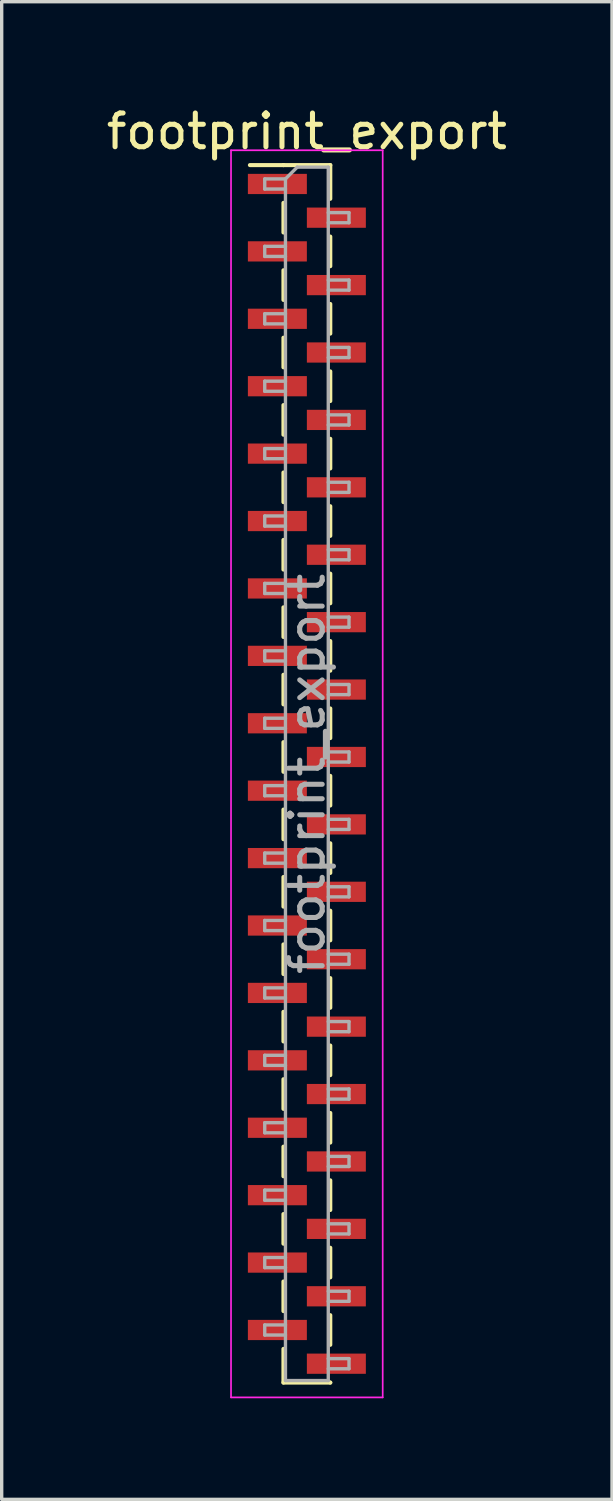
<source format=kicad_pcb>
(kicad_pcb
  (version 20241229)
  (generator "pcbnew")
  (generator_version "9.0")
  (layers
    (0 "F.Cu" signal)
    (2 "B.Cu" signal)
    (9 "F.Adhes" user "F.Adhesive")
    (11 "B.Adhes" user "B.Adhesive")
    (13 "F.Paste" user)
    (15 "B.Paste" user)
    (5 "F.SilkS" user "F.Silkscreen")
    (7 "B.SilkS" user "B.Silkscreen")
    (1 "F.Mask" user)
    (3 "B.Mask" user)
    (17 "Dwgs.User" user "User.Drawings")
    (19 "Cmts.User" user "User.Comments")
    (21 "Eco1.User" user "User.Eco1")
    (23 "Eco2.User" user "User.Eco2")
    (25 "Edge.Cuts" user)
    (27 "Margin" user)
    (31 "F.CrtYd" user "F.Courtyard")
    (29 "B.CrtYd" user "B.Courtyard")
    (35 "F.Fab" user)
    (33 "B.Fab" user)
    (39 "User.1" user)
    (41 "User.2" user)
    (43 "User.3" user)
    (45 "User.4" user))
  (footprint "footprint_export"
    (layer "F.Cu")
    (at 6.054 19.908)
    (property "Reference" "footprint_export" (at 0 -19.06 0) (layer "F.SilkS") (effects (font (size 1 1) (thickness 0.15))))
    (attr smd)
    (fp_line (start -0.695 -18.06) (end -1.69 -18.06) (stroke (width 0.12) (type solid)) (layer "F.SilkS"))
    (fp_line (start -0.695 -18.06) (end -0.695 -18.06) (stroke (width 0.12) (type solid)) (layer "F.SilkS"))
    (fp_line (start -0.695 -18.06) (end 0.695 -18.06) (stroke (width 0.12) (type solid)) (layer "F.SilkS"))
    (fp_line (start -0.695 -16.94) (end -0.695 -16.06) (stroke (width 0.12) (type solid)) (layer "F.SilkS"))
    (fp_line (start -0.695 -14.94) (end -0.695 -14.06) (stroke (width 0.12) (type solid)) (layer "F.SilkS"))
    (fp_line (start -0.695 -12.94) (end -0.695 -12.06) (stroke (width 0.12) (type solid)) (layer "F.SilkS"))
    (fp_line (start -0.695 -10.94) (end -0.695 -10.06) (stroke (width 0.12) (type solid)) (layer "F.SilkS"))
    (fp_line (start -0.695 -8.94) (end -0.695 -8.06) (stroke (width 0.12) (type solid)) (layer "F.SilkS"))
    (fp_line (start -0.695 -6.94) (end -0.695 -6.06) (stroke (width 0.12) (type solid)) (layer "F.SilkS"))
    (fp_line (start -0.695 -4.94) (end -0.695 -4.06) (stroke (width 0.12) (type solid)) (layer "F.SilkS"))
    (fp_line (start -0.695 -2.94) (end -0.695 -2.06) (stroke (width 0.12) (type solid)) (layer "F.SilkS"))
    (fp_line (start -0.695 -0.94) (end -0.695 -0.06) (stroke (width 0.12) (type solid)) (layer "F.SilkS"))
    (fp_line (start -0.695 1.06) (end -0.695 1.94) (stroke (width 0.12) (type solid)) (layer "F.SilkS"))
    (fp_line (start -0.695 3.06) (end -0.695 3.94) (stroke (width 0.12) (type solid)) (layer "F.SilkS"))
    (fp_line (start -0.695 5.06) (end -0.695 5.94) (stroke (width 0.12) (type solid)) (layer "F.SilkS"))
    (fp_line (start -0.695 7.06) (end -0.695 7.94) (stroke (width 0.12) (type solid)) (layer "F.SilkS"))
    (fp_line (start -0.695 9.06) (end -0.695 9.94) (stroke (width 0.12) (type solid)) (layer "F.SilkS"))
    (fp_line (start -0.695 11.06) (end -0.695 11.94) (stroke (width 0.12) (type solid)) (layer "F.SilkS"))
    (fp_line (start -0.695 13.06) (end -0.695 13.94) (stroke (width 0.12) (type solid)) (layer "F.SilkS"))
    (fp_line (start -0.695 15.06) (end -0.695 15.94) (stroke (width 0.12) (type solid)) (layer "F.SilkS"))
    (fp_line (start -0.695 17.06) (end -0.695 18.06) (stroke (width 0.12) (type solid)) (layer "F.SilkS"))
    (fp_line (start -0.695 18.06) (end 0.695 18.06) (stroke (width 0.12) (type solid)) (layer "F.SilkS"))
    (fp_line (start 0.695 -18.06) (end 0.695 -17.06) (stroke (width 0.12) (type solid)) (layer "F.SilkS"))
    (fp_line (start 0.695 -15.94) (end 0.695 -15.06) (stroke (width 0.12) (type solid)) (layer "F.SilkS"))
    (fp_line (start 0.695 -13.94) (end 0.695 -13.06) (stroke (width 0.12) (type solid)) (layer "F.SilkS"))
    (fp_line (start 0.695 -11.94) (end 0.695 -11.06) (stroke (width 0.12) (type solid)) (layer "F.SilkS"))
    (fp_line (start 0.695 -9.94) (end 0.695 -9.06) (stroke (width 0.12) (type solid)) (layer "F.SilkS"))
    (fp_line (start 0.695 -7.94) (end 0.695 -7.06) (stroke (width 0.12) (type solid)) (layer "F.SilkS"))
    (fp_line (start 0.695 -5.94) (end 0.695 -5.06) (stroke (width 0.12) (type solid)) (layer "F.SilkS"))
    (fp_line (start 0.695 -3.94) (end 0.695 -3.06) (stroke (width 0.12) (type solid)) (layer "F.SilkS"))
    (fp_line (start 0.695 -1.94) (end 0.695 -1.06) (stroke (width 0.12) (type solid)) (layer "F.SilkS"))
    (fp_line (start 0.695 0.06) (end 0.695 0.94) (stroke (width 0.12) (type solid)) (layer "F.SilkS"))
    (fp_line (start 0.695 2.06) (end 0.695 2.94) (stroke (width 0.12) (type solid)) (layer "F.SilkS"))
    (fp_line (start 0.695 4.06) (end 0.695 4.94) (stroke (width 0.12) (type solid)) (layer "F.SilkS"))
    (fp_line (start 0.695 6.06) (end 0.695 6.94) (stroke (width 0.12) (type solid)) (layer "F.SilkS"))
    (fp_line (start 0.695 8.06) (end 0.695 8.94) (stroke (width 0.12) (type solid)) (layer "F.SilkS"))
    (fp_line (start 0.695 10.06) (end 0.695 10.94) (stroke (width 0.12) (type solid)) (layer "F.SilkS"))
    (fp_line (start 0.695 12.06) (end 0.695 12.94) (stroke (width 0.12) (type solid)) (layer "F.SilkS"))
    (fp_line (start 0.695 14.06) (end 0.695 14.94) (stroke (width 0.12) (type solid)) (layer "F.SilkS"))
    (fp_line (start 0.695 16.06) (end 0.695 16.94) (stroke (width 0.12) (type solid)) (layer "F.SilkS"))
    (fp_line (start 0.695 18.06) (end 0.695 18.06) (stroke (width 0.12) (type solid)) (layer "F.SilkS"))
    (fp_line (start -2.25 -18.5) (end -2.25 18.5) (stroke (width 0.05) (type solid)) (layer "F.CrtYd"))
    (fp_line (start -2.25 18.5) (end 2.25 18.5) (stroke (width 0.05) (type solid)) (layer "F.CrtYd"))
    (fp_line (start 2.25 -18.5) (end -2.25 -18.5) (stroke (width 0.05) (type solid)) (layer "F.CrtYd"))
    (fp_line (start 2.25 18.5) (end 2.25 -18.5) (stroke (width 0.05) (type solid)) (layer "F.CrtYd"))
    (fp_line (start -1.25 -17.65) (end -1.25 -17.35) (stroke (width 0.1) (type solid)) (layer "F.Fab"))
    (fp_line (start -1.25 -17.35) (end -0.635 -17.35) (stroke (width 0.1) (type solid)) (layer "F.Fab"))
    (fp_line (start -1.25 -15.65) (end -1.25 -15.35) (stroke (width 0.1) (type solid)) (layer "F.Fab"))
    (fp_line (start -1.25 -15.35) (end -0.635 -15.35) (stroke (width 0.1) (type solid)) (layer "F.Fab"))
    (fp_line (start -1.25 -13.65) (end -1.25 -13.35) (stroke (width 0.1) (type solid)) (layer "F.Fab"))
    (fp_line (start -1.25 -13.35) (end -0.635 -13.35) (stroke (width 0.1) (type solid)) (layer "F.Fab"))
    (fp_line (start -1.25 -11.65) (end -1.25 -11.35) (stroke (width 0.1) (type solid)) (layer "F.Fab"))
    (fp_line (start -1.25 -11.35) (end -0.635 -11.35) (stroke (width 0.1) (type solid)) (layer "F.Fab"))
    (fp_line (start -1.25 -9.65) (end -1.25 -9.35) (stroke (width 0.1) (type solid)) (layer "F.Fab"))
    (fp_line (start -1.25 -9.35) (end -0.635 -9.35) (stroke (width 0.1) (type solid)) (layer "F.Fab"))
    (fp_line (start -1.25 -7.65) (end -1.25 -7.35) (stroke (width 0.1) (type solid)) (layer "F.Fab"))
    (fp_line (start -1.25 -7.35) (end -0.635 -7.35) (stroke (width 0.1) (type solid)) (layer "F.Fab"))
    (fp_line (start -1.25 -5.65) (end -1.25 -5.35) (stroke (width 0.1) (type solid)) (layer "F.Fab"))
    (fp_line (start -1.25 -5.35) (end -0.635 -5.35) (stroke (width 0.1) (type solid)) (layer "F.Fab"))
    (fp_line (start -1.25 -3.65) (end -1.25 -3.35) (stroke (width 0.1) (type solid)) (layer "F.Fab"))
    (fp_line (start -1.25 -3.35) (end -0.635 -3.35) (stroke (width 0.1) (type solid)) (layer "F.Fab"))
    (fp_line (start -1.25 -1.65) (end -1.25 -1.35) (stroke (width 0.1) (type solid)) (layer "F.Fab"))
    (fp_line (start -1.25 -1.35) (end -0.635 -1.35) (stroke (width 0.1) (type solid)) (layer "F.Fab"))
    (fp_line (start -1.25 0.35) (end -1.25 0.65) (stroke (width 0.1) (type solid)) (layer "F.Fab"))
    (fp_line (start -1.25 0.65) (end -0.635 0.65) (stroke (width 0.1) (type solid)) (layer "F.Fab"))
    (fp_line (start -1.25 2.35) (end -1.25 2.65) (stroke (width 0.1) (type solid)) (layer "F.Fab"))
    (fp_line (start -1.25 2.65) (end -0.635 2.65) (stroke (width 0.1) (type solid)) (layer "F.Fab"))
    (fp_line (start -1.25 4.35) (end -1.25 4.65) (stroke (width 0.1) (type solid)) (layer "F.Fab"))
    (fp_line (start -1.25 4.65) (end -0.635 4.65) (stroke (width 0.1) (type solid)) (layer "F.Fab"))
    (fp_line (start -1.25 6.35) (end -1.25 6.65) (stroke (width 0.1) (type solid)) (layer "F.Fab"))
    (fp_line (start -1.25 6.65) (end -0.635 6.65) (stroke (width 0.1) (type solid)) (layer "F.Fab"))
    (fp_line (start -1.25 8.35) (end -1.25 8.65) (stroke (width 0.1) (type solid)) (layer "F.Fab"))
    (fp_line (start -1.25 8.65) (end -0.635 8.65) (stroke (width 0.1) (type solid)) (layer "F.Fab"))
    (fp_line (start -1.25 10.35) (end -1.25 10.65) (stroke (width 0.1) (type solid)) (layer "F.Fab"))
    (fp_line (start -1.25 10.65) (end -0.635 10.65) (stroke (width 0.1) (type solid)) (layer "F.Fab"))
    (fp_line (start -1.25 12.35) (end -1.25 12.65) (stroke (width 0.1) (type solid)) (layer "F.Fab"))
    (fp_line (start -1.25 12.65) (end -0.635 12.65) (stroke (width 0.1) (type solid)) (layer "F.Fab"))
    (fp_line (start -1.25 14.35) (end -1.25 14.65) (stroke (width 0.1) (type solid)) (layer "F.Fab"))
    (fp_line (start -1.25 14.65) (end -0.635 14.65) (stroke (width 0.1) (type solid)) (layer "F.Fab"))
    (fp_line (start -1.25 16.35) (end -1.25 16.65) (stroke (width 0.1) (type solid)) (layer "F.Fab"))
    (fp_line (start -1.25 16.65) (end -0.635 16.65) (stroke (width 0.1) (type solid)) (layer "F.Fab"))
    (fp_line (start -0.635 -17.65) (end -1.25 -17.65) (stroke (width 0.1) (type solid)) (layer "F.Fab"))
    (fp_line (start -0.635 -17.65) (end -0.285 -18) (stroke (width 0.1) (type solid)) (layer "F.Fab"))
    (fp_line (start -0.635 -15.65) (end -1.25 -15.65) (stroke (width 0.1) (type solid)) (layer "F.Fab"))
    (fp_line (start -0.635 -13.65) (end -1.25 -13.65) (stroke (width 0.1) (type solid)) (layer "F.Fab"))
    (fp_line (start -0.635 -11.65) (end -1.25 -11.65) (stroke (width 0.1) (type solid)) (layer "F.Fab"))
    (fp_line (start -0.635 -9.65) (end -1.25 -9.65) (stroke (width 0.1) (type solid)) (layer "F.Fab"))
    (fp_line (start -0.635 -7.65) (end -1.25 -7.65) (stroke (width 0.1) (type solid)) (layer "F.Fab"))
    (fp_line (start -0.635 -5.65) (end -1.25 -5.65) (stroke (width 0.1) (type solid)) (layer "F.Fab"))
    (fp_line (start -0.635 -3.65) (end -1.25 -3.65) (stroke (width 0.1) (type solid)) (layer "F.Fab"))
    (fp_line (start -0.635 -1.65) (end -1.25 -1.65) (stroke (width 0.1) (type solid)) (layer "F.Fab"))
    (fp_line (start -0.635 0.35) (end -1.25 0.35) (stroke (width 0.1) (type solid)) (layer "F.Fab"))
    (fp_line (start -0.635 2.35) (end -1.25 2.35) (stroke (width 0.1) (type solid)) (layer "F.Fab"))
    (fp_line (start -0.635 4.35) (end -1.25 4.35) (stroke (width 0.1) (type solid)) (layer "F.Fab"))
    (fp_line (start -0.635 6.35) (end -1.25 6.35) (stroke (width 0.1) (type solid)) (layer "F.Fab"))
    (fp_line (start -0.635 8.35) (end -1.25 8.35) (stroke (width 0.1) (type solid)) (layer "F.Fab"))
    (fp_line (start -0.635 10.35) (end -1.25 10.35) (stroke (width 0.1) (type solid)) (layer "F.Fab"))
    (fp_line (start -0.635 12.35) (end -1.25 12.35) (stroke (width 0.1) (type solid)) (layer "F.Fab"))
    (fp_line (start -0.635 14.35) (end -1.25 14.35) (stroke (width 0.1) (type solid)) (layer "F.Fab"))
    (fp_line (start -0.635 16.35) (end -1.25 16.35) (stroke (width 0.1) (type solid)) (layer "F.Fab"))
    (fp_line (start -0.635 18) (end -0.635 -17.65) (stroke (width 0.1) (type solid)) (layer "F.Fab"))
    (fp_line (start -0.285 -18) (end 0.635 -18) (stroke (width 0.1) (type solid)) (layer "F.Fab"))
    (fp_line (start 0.635 -18) (end 0.635 18) (stroke (width 0.1) (type solid)) (layer "F.Fab"))
    (fp_line (start 0.635 -16.65) (end 1.25 -16.65) (stroke (width 0.1) (type solid)) (layer "F.Fab"))
    (fp_line (start 0.635 -14.65) (end 1.25 -14.65) (stroke (width 0.1) (type solid)) (layer "F.Fab"))
    (fp_line (start 0.635 -12.65) (end 1.25 -12.65) (stroke (width 0.1) (type solid)) (layer "F.Fab"))
    (fp_line (start 0.635 -10.65) (end 1.25 -10.65) (stroke (width 0.1) (type solid)) (layer "F.Fab"))
    (fp_line (start 0.635 -8.65) (end 1.25 -8.65) (stroke (width 0.1) (type solid)) (layer "F.Fab"))
    (fp_line (start 0.635 -6.65) (end 1.25 -6.65) (stroke (width 0.1) (type solid)) (layer "F.Fab"))
    (fp_line (start 0.635 -4.65) (end 1.25 -4.65) (stroke (width 0.1) (type solid)) (layer "F.Fab"))
    (fp_line (start 0.635 -2.65) (end 1.25 -2.65) (stroke (width 0.1) (type solid)) (layer "F.Fab"))
    (fp_line (start 0.635 -0.65) (end 1.25 -0.65) (stroke (width 0.1) (type solid)) (layer "F.Fab"))
    (fp_line (start 0.635 1.35) (end 1.25 1.35) (stroke (width 0.1) (type solid)) (layer "F.Fab"))
    (fp_line (start 0.635 3.35) (end 1.25 3.35) (stroke (width 0.1) (type solid)) (layer "F.Fab"))
    (fp_line (start 0.635 5.35) (end 1.25 5.35) (stroke (width 0.1) (type solid)) (layer "F.Fab"))
    (fp_line (start 0.635 7.35) (end 1.25 7.35) (stroke (width 0.1) (type solid)) (layer "F.Fab"))
    (fp_line (start 0.635 9.35) (end 1.25 9.35) (stroke (width 0.1) (type solid)) (layer "F.Fab"))
    (fp_line (start 0.635 11.35) (end 1.25 11.35) (stroke (width 0.1) (type solid)) (layer "F.Fab"))
    (fp_line (start 0.635 13.35) (end 1.25 13.35) (stroke (width 0.1) (type solid)) (layer "F.Fab"))
    (fp_line (start 0.635 15.35) (end 1.25 15.35) (stroke (width 0.1) (type solid)) (layer "F.Fab"))
    (fp_line (start 0.635 17.35) (end 1.25 17.35) (stroke (width 0.1) (type solid)) (layer "F.Fab"))
    (fp_line (start 0.635 18) (end -0.635 18) (stroke (width 0.1) (type solid)) (layer "F.Fab"))
    (fp_line (start 1.25 -16.65) (end 1.25 -16.35) (stroke (width 0.1) (type solid)) (layer "F.Fab"))
    (fp_line (start 1.25 -16.35) (end 0.635 -16.35) (stroke (width 0.1) (type solid)) (layer "F.Fab"))
    (fp_line (start 1.25 -14.65) (end 1.25 -14.35) (stroke (width 0.1) (type solid)) (layer "F.Fab"))
    (fp_line (start 1.25 -14.35) (end 0.635 -14.35) (stroke (width 0.1) (type solid)) (layer "F.Fab"))
    (fp_line (start 1.25 -12.65) (end 1.25 -12.35) (stroke (width 0.1) (type solid)) (layer "F.Fab"))
    (fp_line (start 1.25 -12.35) (end 0.635 -12.35) (stroke (width 0.1) (type solid)) (layer "F.Fab"))
    (fp_line (start 1.25 -10.65) (end 1.25 -10.35) (stroke (width 0.1) (type solid)) (layer "F.Fab"))
    (fp_line (start 1.25 -10.35) (end 0.635 -10.35) (stroke (width 0.1) (type solid)) (layer "F.Fab"))
    (fp_line (start 1.25 -8.65) (end 1.25 -8.35) (stroke (width 0.1) (type solid)) (layer "F.Fab"))
    (fp_line (start 1.25 -8.35) (end 0.635 -8.35) (stroke (width 0.1) (type solid)) (layer "F.Fab"))
    (fp_line (start 1.25 -6.65) (end 1.25 -6.35) (stroke (width 0.1) (type solid)) (layer "F.Fab"))
    (fp_line (start 1.25 -6.35) (end 0.635 -6.35) (stroke (width 0.1) (type solid)) (layer "F.Fab"))
    (fp_line (start 1.25 -4.65) (end 1.25 -4.35) (stroke (width 0.1) (type solid)) (layer "F.Fab"))
    (fp_line (start 1.25 -4.35) (end 0.635 -4.35) (stroke (width 0.1) (type solid)) (layer "F.Fab"))
    (fp_line (start 1.25 -2.65) (end 1.25 -2.35) (stroke (width 0.1) (type solid)) (layer "F.Fab"))
    (fp_line (start 1.25 -2.35) (end 0.635 -2.35) (stroke (width 0.1) (type solid)) (layer "F.Fab"))
    (fp_line (start 1.25 -0.65) (end 1.25 -0.35) (stroke (width 0.1) (type solid)) (layer "F.Fab"))
    (fp_line (start 1.25 -0.35) (end 0.635 -0.35) (stroke (width 0.1) (type solid)) (layer "F.Fab"))
    (fp_line (start 1.25 1.35) (end 1.25 1.65) (stroke (width 0.1) (type solid)) (layer "F.Fab"))
    (fp_line (start 1.25 1.65) (end 0.635 1.65) (stroke (width 0.1) (type solid)) (layer "F.Fab"))
    (fp_line (start 1.25 3.35) (end 1.25 3.65) (stroke (width 0.1) (type solid)) (layer "F.Fab"))
    (fp_line (start 1.25 3.65) (end 0.635 3.65) (stroke (width 0.1) (type solid)) (layer "F.Fab"))
    (fp_line (start 1.25 5.35) (end 1.25 5.65) (stroke (width 0.1) (type solid)) (layer "F.Fab"))
    (fp_line (start 1.25 5.65) (end 0.635 5.65) (stroke (width 0.1) (type solid)) (layer "F.Fab"))
    (fp_line (start 1.25 7.35) (end 1.25 7.65) (stroke (width 0.1) (type solid)) (layer "F.Fab"))
    (fp_line (start 1.25 7.65) (end 0.635 7.65) (stroke (width 0.1) (type solid)) (layer "F.Fab"))
    (fp_line (start 1.25 9.35) (end 1.25 9.65) (stroke (width 0.1) (type solid)) (layer "F.Fab"))
    (fp_line (start 1.25 9.65) (end 0.635 9.65) (stroke (width 0.1) (type solid)) (layer "F.Fab"))
    (fp_line (start 1.25 11.35) (end 1.25 11.65) (stroke (width 0.1) (type solid)) (layer "F.Fab"))
    (fp_line (start 1.25 11.65) (end 0.635 11.65) (stroke (width 0.1) (type solid)) (layer "F.Fab"))
    (fp_line (start 1.25 13.35) (end 1.25 13.65) (stroke (width 0.1) (type solid)) (layer "F.Fab"))
    (fp_line (start 1.25 13.65) (end 0.635 13.65) (stroke (width 0.1) (type solid)) (layer "F.Fab"))
    (fp_line (start 1.25 15.35) (end 1.25 15.65) (stroke (width 0.1) (type solid)) (layer "F.Fab"))
    (fp_line (start 1.25 15.65) (end 0.635 15.65) (stroke (width 0.1) (type solid)) (layer "F.Fab"))
    (fp_line (start 1.25 17.35) (end 1.25 17.65) (stroke (width 0.1) (type solid)) (layer "F.Fab"))
    (fp_line (start 1.25 17.65) (end 0.635 17.65) (stroke (width 0.1) (type solid)) (layer "F.Fab"))
    (fp_text user "${REFERENCE}" (at 0 0 90) (layer "F.Fab") (effects (font (size 1 1) (thickness 0.15))))
    (pad "1" smd rect (at -0.875 -17.5) (size 1.75 0.6) (layers "F.Cu" "F.Mask" "F.Paste"))
    (pad "2" smd rect (at 0.875 -16.5) (size 1.75 0.6) (layers "F.Cu" "F.Mask" "F.Paste"))
    (pad "3" smd rect (at -0.875 -15.5) (size 1.75 0.6) (layers "F.Cu" "F.Mask" "F.Paste"))
    (pad "4" smd rect (at 0.875 -14.5) (size 1.75 0.6) (layers "F.Cu" "F.Mask" "F.Paste"))
    (pad "5" smd rect (at -0.875 -13.5) (size 1.75 0.6) (layers "F.Cu" "F.Mask" "F.Paste"))
    (pad "6" smd rect (at 0.875 -12.5) (size 1.75 0.6) (layers "F.Cu" "F.Mask" "F.Paste"))
    (pad "7" smd rect (at -0.875 -11.5) (size 1.75 0.6) (layers "F.Cu" "F.Mask" "F.Paste"))
    (pad "8" smd rect (at 0.875 -10.5) (size 1.75 0.6) (layers "F.Cu" "F.Mask" "F.Paste"))
    (pad "9" smd rect (at -0.875 -9.5) (size 1.75 0.6) (layers "F.Cu" "F.Mask" "F.Paste"))
    (pad "10" smd rect (at 0.875 -8.5) (size 1.75 0.6) (layers "F.Cu" "F.Mask" "F.Paste"))
    (pad "11" smd rect (at -0.875 -7.5) (size 1.75 0.6) (layers "F.Cu" "F.Mask" "F.Paste"))
    (pad "12" smd rect (at 0.875 -6.5) (size 1.75 0.6) (layers "F.Cu" "F.Mask" "F.Paste"))
    (pad "13" smd rect (at -0.875 -5.5) (size 1.75 0.6) (layers "F.Cu" "F.Mask" "F.Paste"))
    (pad "14" smd rect (at 0.875 -4.5) (size 1.75 0.6) (layers "F.Cu" "F.Mask" "F.Paste"))
    (pad "15" smd rect (at -0.875 -3.5) (size 1.75 0.6) (layers "F.Cu" "F.Mask" "F.Paste"))
    (pad "16" smd rect (at 0.875 -2.5) (size 1.75 0.6) (layers "F.Cu" "F.Mask" "F.Paste"))
    (pad "17" smd rect (at -0.875 -1.5) (size 1.75 0.6) (layers "F.Cu" "F.Mask" "F.Paste"))
    (pad "18" smd rect (at 0.875 -0.5) (size 1.75 0.6) (layers "F.Cu" "F.Mask" "F.Paste"))
    (pad "19" smd rect (at -0.875 0.5) (size 1.75 0.6) (layers "F.Cu" "F.Mask" "F.Paste"))
    (pad "20" smd rect (at 0.875 1.5) (size 1.75 0.6) (layers "F.Cu" "F.Mask" "F.Paste"))
    (pad "21" smd rect (at -0.875 2.5) (size 1.75 0.6) (layers "F.Cu" "F.Mask" "F.Paste"))
    (pad "22" smd rect (at 0.875 3.5) (size 1.75 0.6) (layers "F.Cu" "F.Mask" "F.Paste"))
    (pad "23" smd rect (at -0.875 4.5) (size 1.75 0.6) (layers "F.Cu" "F.Mask" "F.Paste"))
    (pad "24" smd rect (at 0.875 5.5) (size 1.75 0.6) (layers "F.Cu" "F.Mask" "F.Paste"))
    (pad "25" smd rect (at -0.875 6.5) (size 1.75 0.6) (layers "F.Cu" "F.Mask" "F.Paste"))
    (pad "26" smd rect (at 0.875 7.5) (size 1.75 0.6) (layers "F.Cu" "F.Mask" "F.Paste"))
    (pad "27" smd rect (at -0.875 8.5) (size 1.75 0.6) (layers "F.Cu" "F.Mask" "F.Paste"))
    (pad "28" smd rect (at 0.875 9.5) (size 1.75 0.6) (layers "F.Cu" "F.Mask" "F.Paste"))
    (pad "29" smd rect (at -0.875 10.5) (size 1.75 0.6) (layers "F.Cu" "F.Mask" "F.Paste"))
    (pad "30" smd rect (at 0.875 11.5) (size 1.75 0.6) (layers "F.Cu" "F.Mask" "F.Paste"))
    (pad "31" smd rect (at -0.875 12.5) (size 1.75 0.6) (layers "F.Cu" "F.Mask" "F.Paste"))
    (pad "32" smd rect (at 0.875 13.5) (size 1.75 0.6) (layers "F.Cu" "F.Mask" "F.Paste"))
    (pad "33" smd rect (at -0.875 14.5) (size 1.75 0.6) (layers "F.Cu" "F.Mask" "F.Paste"))
    (pad "34" smd rect (at 0.875 15.5) (size 1.75 0.6) (layers "F.Cu" "F.Mask" "F.Paste"))
    (pad "35" smd rect (at -0.875 16.5) (size 1.75 0.6) (layers "F.Cu" "F.Mask" "F.Paste"))
    (pad "36" smd rect (at 0.875 17.5) (size 1.75 0.6) (layers "F.Cu" "F.Mask" "F.Paste")))
  (gr_rect
    (start -3 -3)
    (end 15.107 41.433)
    (stroke (width 0.1) (type default))
    (fill no)
    (layer "Edge.Cuts")))
</source>
